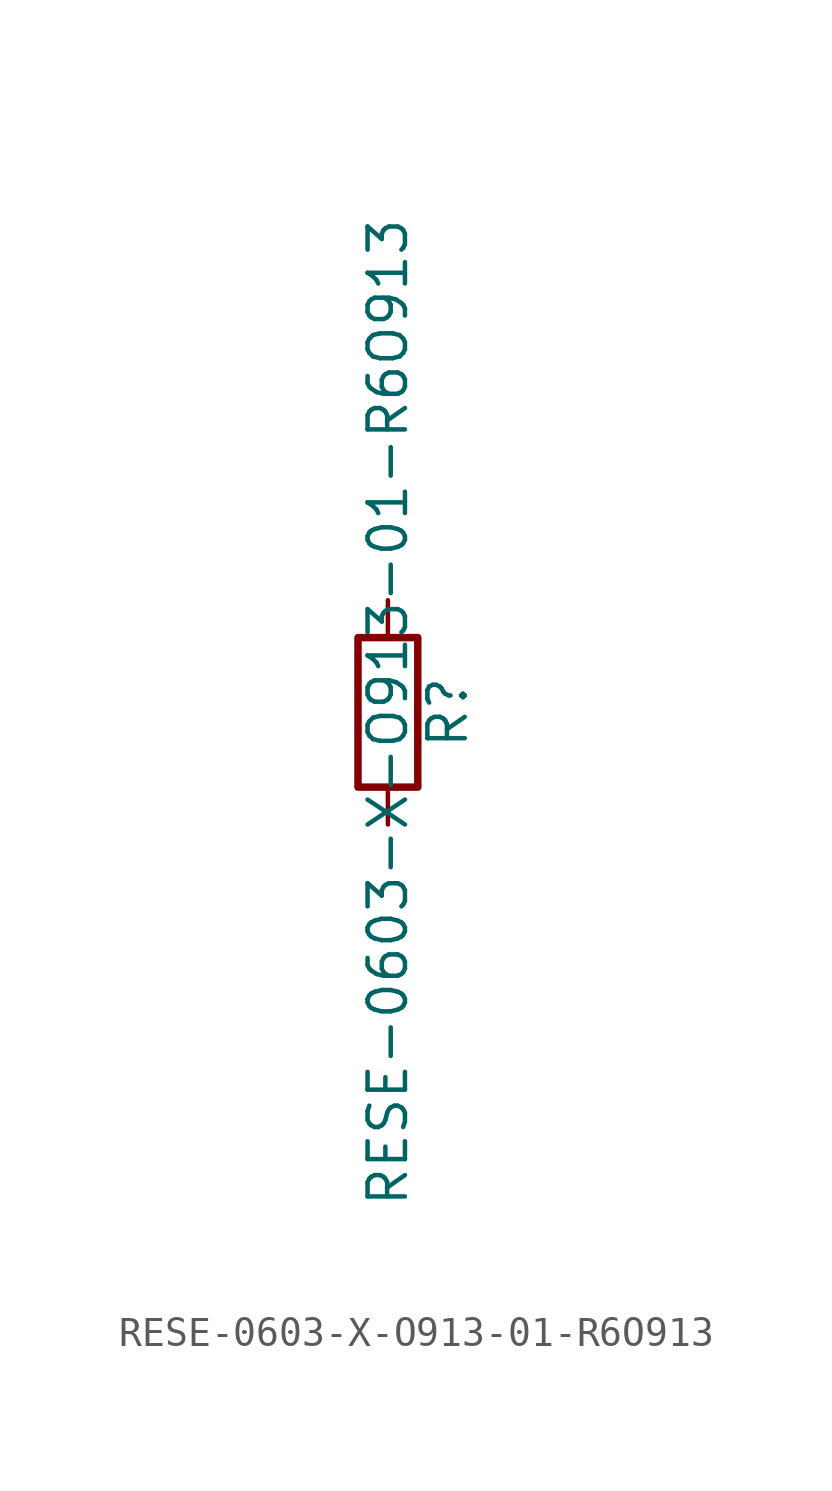
<source format=kicad_sym>
(kicad_symbol_lib
  (version 20211014)
  (generator kicad_symbol_editor)
  (symbol "RESE-0603-X-O913-01-R6O913"
    (pin_numbers hide)
    (pin_names
      (offset 0))
    (property "Reference" "R"
      (at 2.032 0 90)
      (effects (font (size 1.27 1.27))))
    (property "Value" "RESE-0603-X-O913-01-R6O913"
      (at 0 0 90)
      (effects (font (size 1.27 1.27))))
    (symbol "RESE-0603-X-O913-01-R6O913_0_1"
      (rectangle (start -1.016 -2.54) (end 1.016 2.54) (stroke (width 0.254) (type default) (color 0 0 0 0)) (fill (type none))))
    (symbol "RESE-0603-X-O913-01-R6O913_1_1"
      (pin passive line (at 0 3.81 270) (length 1.27) (name "~" (effects (font (size 1.27 1.27)))) (number "1" (effects (font (size 1.27 1.27)))))
      (pin passive line (at 0 -3.81 90) (length 1.27) (name "~" (effects (font (size 1.27 1.27)))) (number "2" (effects (font (size 1.27 1.27))))))))
</source>
